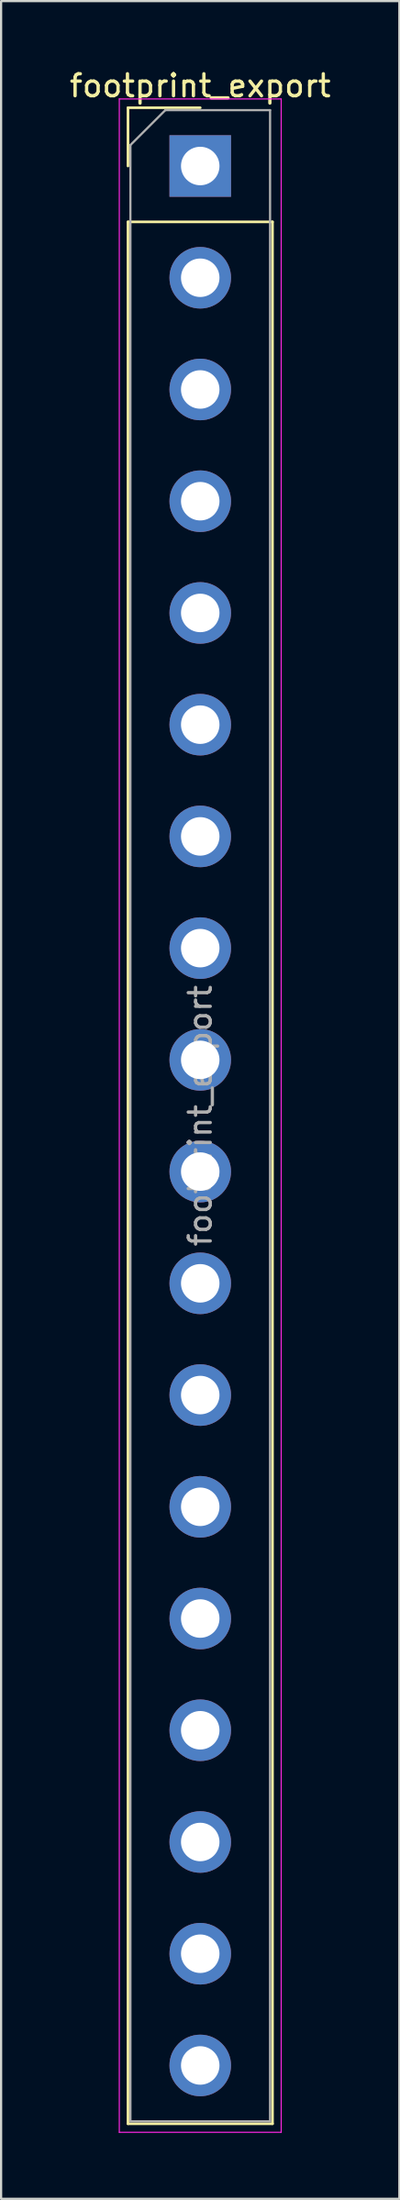
<source format=kicad_pcb>
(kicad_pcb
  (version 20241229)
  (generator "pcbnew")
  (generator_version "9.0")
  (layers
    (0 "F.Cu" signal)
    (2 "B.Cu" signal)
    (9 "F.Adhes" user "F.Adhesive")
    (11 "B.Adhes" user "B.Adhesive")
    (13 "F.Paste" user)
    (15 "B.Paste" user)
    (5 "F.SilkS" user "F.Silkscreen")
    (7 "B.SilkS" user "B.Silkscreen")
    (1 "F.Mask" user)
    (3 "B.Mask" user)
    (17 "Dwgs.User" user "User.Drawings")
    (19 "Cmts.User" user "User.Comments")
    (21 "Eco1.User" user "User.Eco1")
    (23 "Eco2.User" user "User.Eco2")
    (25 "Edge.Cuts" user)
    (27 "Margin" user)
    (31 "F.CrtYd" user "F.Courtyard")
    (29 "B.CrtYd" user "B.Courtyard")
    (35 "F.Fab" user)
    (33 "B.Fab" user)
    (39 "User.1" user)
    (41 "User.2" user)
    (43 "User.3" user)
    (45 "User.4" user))
  (footprint "footprint_export"
    (layer "F.Cu")
    (at 6.054 4.498)
    (property "Reference" "footprint_export" (at 0 -3.65 0) (layer "F.SilkS") (effects (font (size 1 1) (thickness 0.15))))
    (attr through_hole)
    (fp_line (start -3.285 -2.65) (end 0 -2.65) (stroke (width 0.12) (type solid)) (layer "F.SilkS"))
    (fp_line (start -3.285 0) (end -3.285 -2.65) (stroke (width 0.12) (type solid)) (layer "F.SilkS"))
    (fp_line (start -3.285 2.54) (end -3.285 89.01) (stroke (width 0.12) (type solid)) (layer "F.SilkS"))
    (fp_line (start -3.285 2.54) (end 3.285 2.54) (stroke (width 0.12) (type solid)) (layer "F.SilkS"))
    (fp_line (start -3.285 89.01) (end 3.285 89.01) (stroke (width 0.12) (type solid)) (layer "F.SilkS"))
    (fp_line (start 3.285 2.54) (end 3.285 89.01) (stroke (width 0.12) (type solid)) (layer "F.SilkS"))
    (fp_line (start -3.68 -3.05) (end -3.68 89.4) (stroke (width 0.05) (type solid)) (layer "F.CrtYd"))
    (fp_line (start -3.68 89.4) (end 3.68 89.4) (stroke (width 0.05) (type solid)) (layer "F.CrtYd"))
    (fp_line (start 3.68 -3.05) (end -3.68 -3.05) (stroke (width 0.05) (type solid)) (layer "F.CrtYd"))
    (fp_line (start 3.68 89.4) (end 3.68 -3.05) (stroke (width 0.05) (type solid)) (layer "F.CrtYd"))
    (fp_line (start -3.175 -0.953) (end -1.587 -2.54) (stroke (width 0.1) (type solid)) (layer "F.Fab"))
    (fp_line (start -3.175 88.9) (end -3.175 -0.953) (stroke (width 0.1) (type solid)) (layer "F.Fab"))
    (fp_line (start -1.587 -2.54) (end 3.175 -2.54) (stroke (width 0.1) (type solid)) (layer "F.Fab"))
    (fp_line (start 3.175 -2.54) (end 3.175 88.9) (stroke (width 0.1) (type solid)) (layer "F.Fab"))
    (fp_line (start 3.175 88.9) (end -3.175 88.9) (stroke (width 0.1) (type solid)) (layer "F.Fab"))
    (fp_text user "${REFERENCE}" (at 0 43.18 90) (layer "F.Fab") (effects (font (size 1 1) (thickness 0.15))))
    (pad "1" thru_hole rect (at 0 0) (size 2.8 2.8) (drill 1.75) (layers "*.Cu" "*.Mask"))
    (pad "2" thru_hole circle (at 0 5.08) (size 2.8 2.8) (drill 1.75) (layers "*.Cu" "*.Mask"))
    (pad "3" thru_hole circle (at 0 10.16) (size 2.8 2.8) (drill 1.75) (layers "*.Cu" "*.Mask"))
    (pad "4" thru_hole circle (at 0 15.24) (size 2.8 2.8) (drill 1.75) (layers "*.Cu" "*.Mask"))
    (pad "5" thru_hole circle (at 0 20.32) (size 2.8 2.8) (drill 1.75) (layers "*.Cu" "*.Mask"))
    (pad "6" thru_hole circle (at 0 25.4) (size 2.8 2.8) (drill 1.75) (layers "*.Cu" "*.Mask"))
    (pad "7" thru_hole circle (at 0 30.48) (size 2.8 2.8) (drill 1.75) (layers "*.Cu" "*.Mask"))
    (pad "8" thru_hole circle (at 0 35.56) (size 2.8 2.8) (drill 1.75) (layers "*.Cu" "*.Mask"))
    (pad "9" thru_hole circle (at 0 40.64) (size 2.8 2.8) (drill 1.75) (layers "*.Cu" "*.Mask"))
    (pad "10" thru_hole circle (at 0 45.72) (size 2.8 2.8) (drill 1.75) (layers "*.Cu" "*.Mask"))
    (pad "11" thru_hole circle (at 0 50.8) (size 2.8 2.8) (drill 1.75) (layers "*.Cu" "*.Mask"))
    (pad "12" thru_hole circle (at 0 55.88) (size 2.8 2.8) (drill 1.75) (layers "*.Cu" "*.Mask"))
    (pad "13" thru_hole circle (at 0 60.96) (size 2.8 2.8) (drill 1.75) (layers "*.Cu" "*.Mask"))
    (pad "14" thru_hole circle (at 0 66.04) (size 2.8 2.8) (drill 1.75) (layers "*.Cu" "*.Mask"))
    (pad "15" thru_hole circle (at 0 71.12) (size 2.8 2.8) (drill 1.75) (layers "*.Cu" "*.Mask"))
    (pad "16" thru_hole circle (at 0 76.2) (size 2.8 2.8) (drill 1.75) (layers "*.Cu" "*.Mask"))
    (pad "17" thru_hole circle (at 0 81.28) (size 2.8 2.8) (drill 1.75) (layers "*.Cu" "*.Mask"))
    (pad "18" thru_hole circle (at 0 86.36) (size 2.8 2.8) (drill 1.75) (layers "*.Cu" "*.Mask")))
  (gr_rect
    (start -3 -3)
    (end 15.107 96.923)
    (stroke (width 0.1) (type default))
    (fill no)
    (layer "Edge.Cuts")))
</source>
